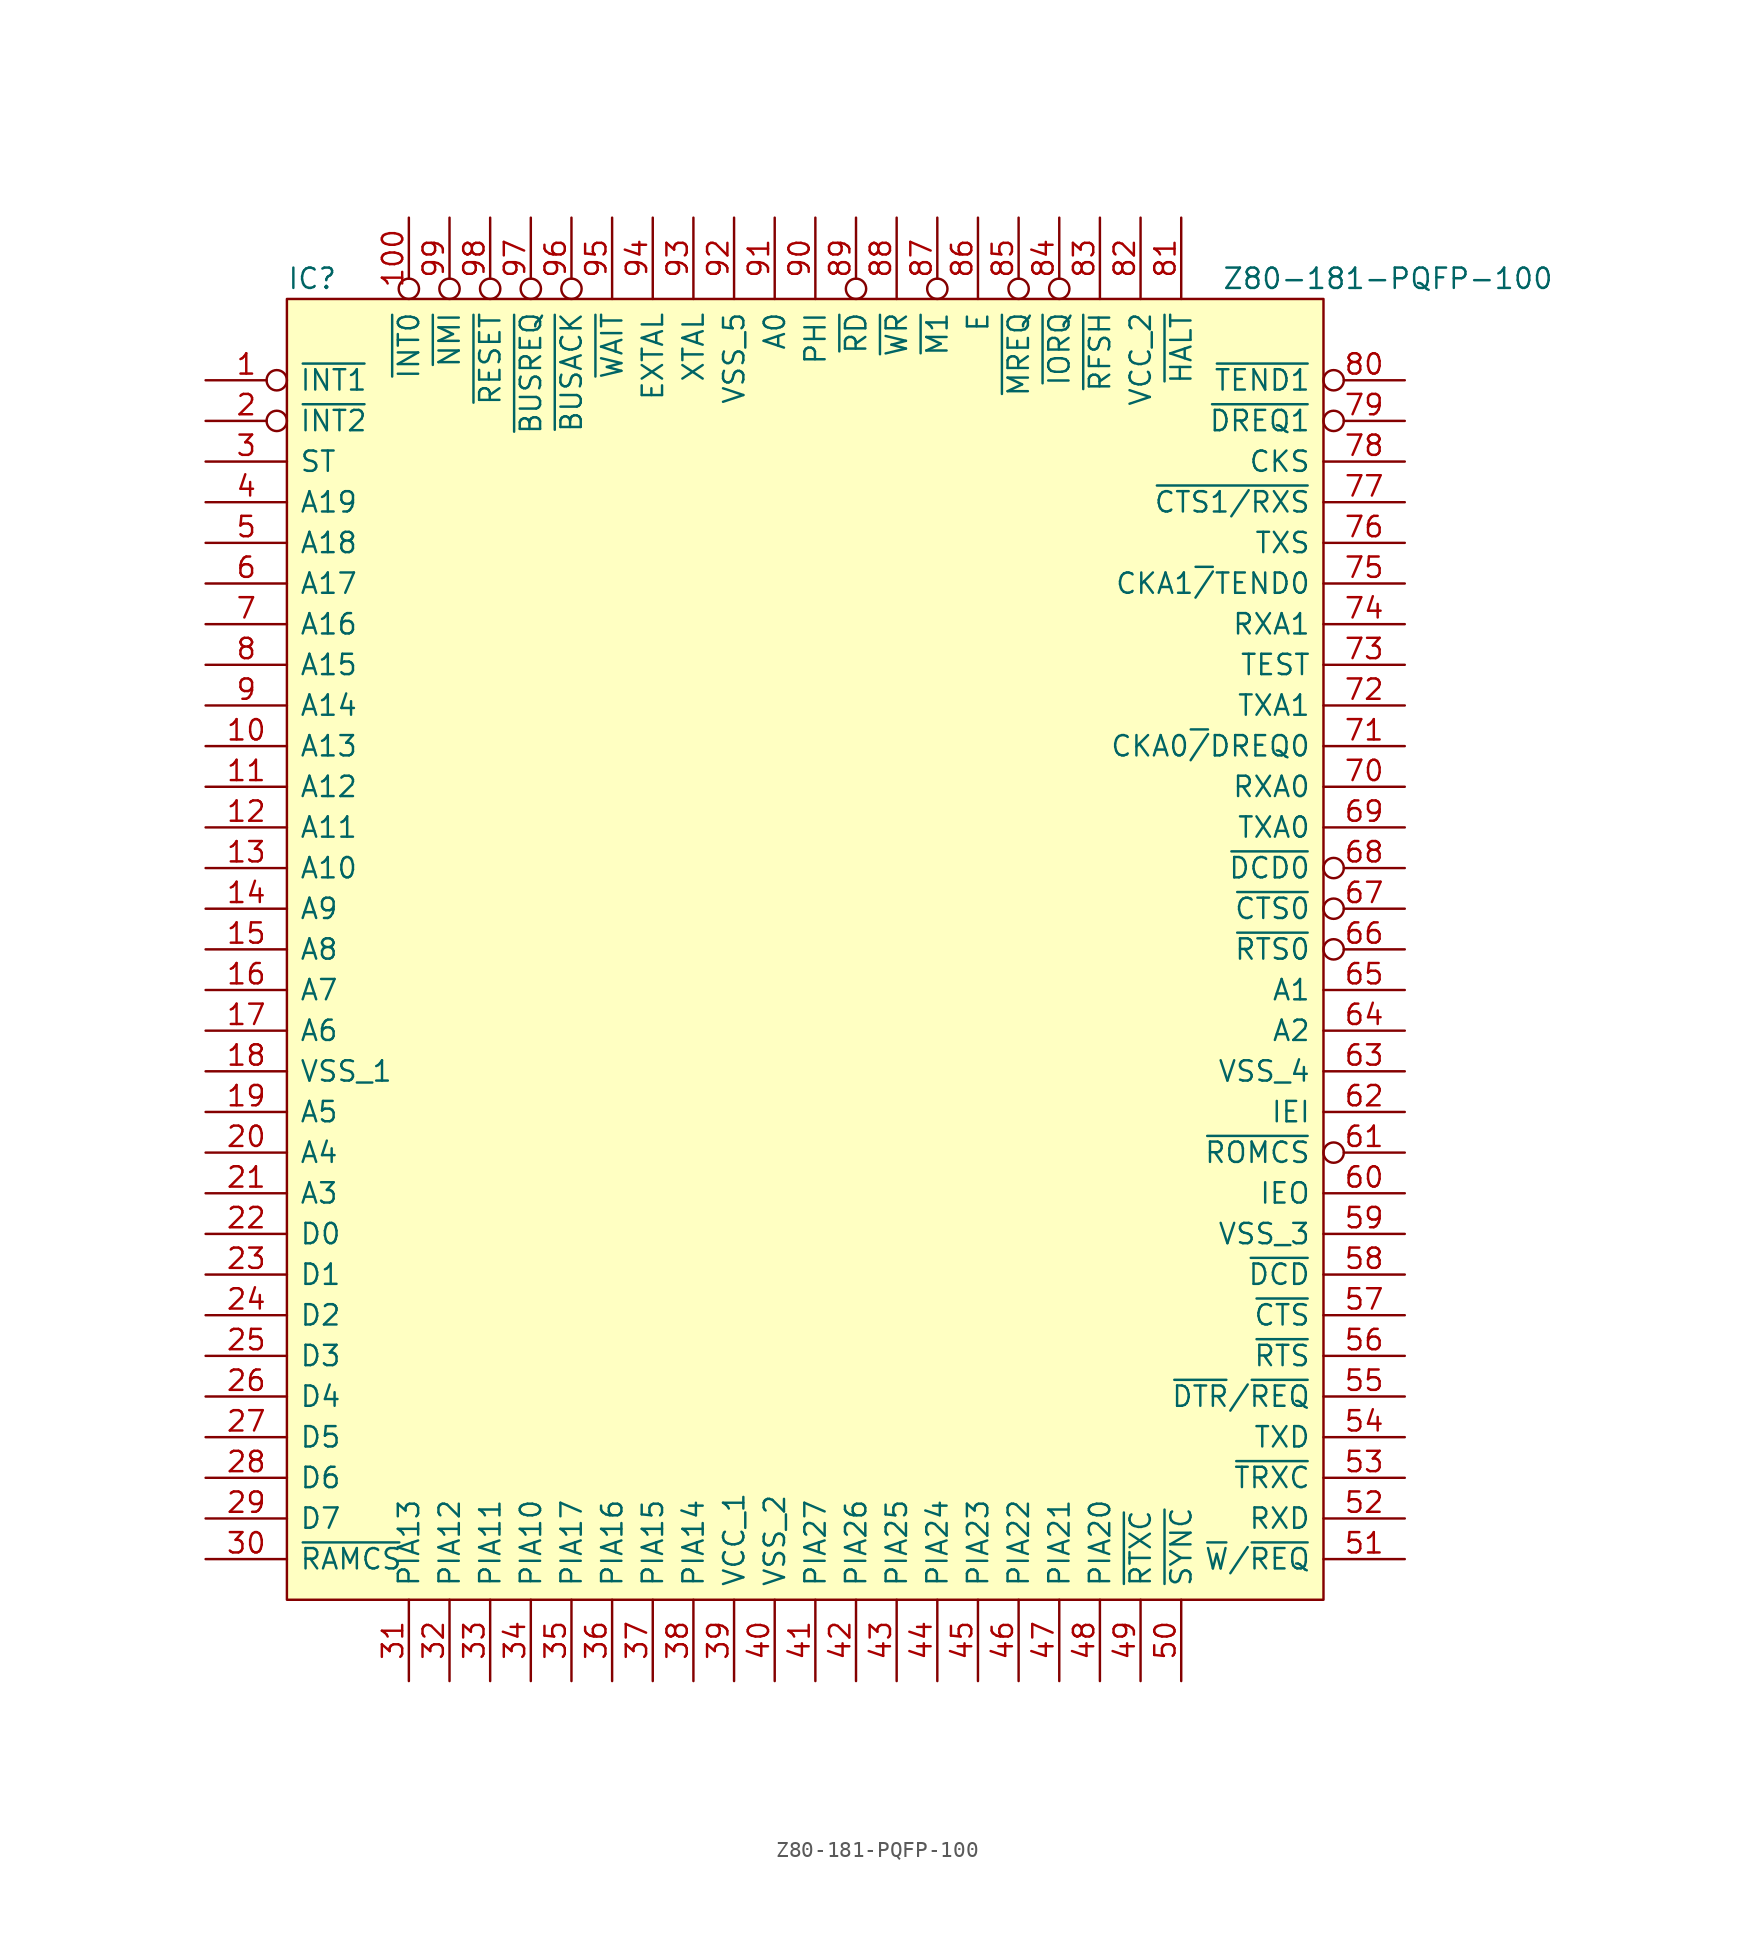
<source format=kicad_sym>
(kicad_symbol_lib
  (version 20211014)
  (generator kicad_symbol_editor)
  (symbol "Z80-181-PQFP-100"
    (pin_names
      (offset 0.762))
    (property "Reference" "IC"
      (at 0 1.27 0)
      (effects (font (size 1.27 1.27)) (justify left)))
    (property "Value" "Z80-181-PQFP-100"
      (at 58.42 1.27 0)
      (effects (font (size 1.27 1.27)) (justify left)))
    (symbol "Z80-181-PQFP-100_0_0"
      (pin input inverted (at -5.08 -5.08 0) (length 5.08) (name "~{INT1}" (effects (font (size 1.27 1.27)))) (number "1" (effects (font (size 1.27 1.27)))))
      (pin tri_state line (at -5.08 -27.94 0) (length 5.08) (name "A13" (effects (font (size 1.27 1.27)))) (number "10" (effects (font (size 1.27 1.27)))))
      (pin bidirectional inverted (at 7.62 5.08 270) (length 5.08) (name "~{INT0}" (effects (font (size 1.27 1.27)))) (number "100" (effects (font (size 1.27 1.27)))))
      (pin tri_state line (at -5.08 -30.48 0) (length 5.08) (name "A12" (effects (font (size 1.27 1.27)))) (number "11" (effects (font (size 1.27 1.27)))))
      (pin tri_state line (at -5.08 -33.02 0) (length 5.08) (name "A11" (effects (font (size 1.27 1.27)))) (number "12" (effects (font (size 1.27 1.27)))))
      (pin tri_state line (at -5.08 -35.56 0) (length 5.08) (name "A10" (effects (font (size 1.27 1.27)))) (number "13" (effects (font (size 1.27 1.27)))))
      (pin tri_state line (at -5.08 -38.1 0) (length 5.08) (name "A9" (effects (font (size 1.27 1.27)))) (number "14" (effects (font (size 1.27 1.27)))))
      (pin tri_state line (at -5.08 -40.64 0) (length 5.08) (name "A8" (effects (font (size 1.27 1.27)))) (number "15" (effects (font (size 1.27 1.27)))))
      (pin tri_state line (at -5.08 -43.18 0) (length 5.08) (name "A7" (effects (font (size 1.27 1.27)))) (number "16" (effects (font (size 1.27 1.27)))))
      (pin tri_state line (at -5.08 -45.72 0) (length 5.08) (name "A6" (effects (font (size 1.27 1.27)))) (number "17" (effects (font (size 1.27 1.27)))))
      (pin bidirectional line (at -5.08 -48.26 0) (length 5.08) (name "VSS_1" (effects (font (size 1.27 1.27)))) (number "18" (effects (font (size 1.27 1.27)))))
      (pin tri_state line (at -5.08 -50.8 0) (length 5.08) (name "A5" (effects (font (size 1.27 1.27)))) (number "19" (effects (font (size 1.27 1.27)))))
      (pin input inverted (at -5.08 -7.62 0) (length 5.08) (name "~{INT2}" (effects (font (size 1.27 1.27)))) (number "2" (effects (font (size 1.27 1.27)))))
      (pin tri_state line (at -5.08 -53.34 0) (length 5.08) (name "A4" (effects (font (size 1.27 1.27)))) (number "20" (effects (font (size 1.27 1.27)))))
      (pin tri_state line (at -5.08 -55.88 0) (length 5.08) (name "A3" (effects (font (size 1.27 1.27)))) (number "21" (effects (font (size 1.27 1.27)))))
      (pin tri_state line (at -5.08 -58.42 0) (length 5.08) (name "D0" (effects (font (size 1.27 1.27)))) (number "22" (effects (font (size 1.27 1.27)))))
      (pin tri_state line (at -5.08 -60.96 0) (length 5.08) (name "D1" (effects (font (size 1.27 1.27)))) (number "23" (effects (font (size 1.27 1.27)))))
      (pin tri_state line (at -5.08 -63.5 0) (length 5.08) (name "D2" (effects (font (size 1.27 1.27)))) (number "24" (effects (font (size 1.27 1.27)))))
      (pin tri_state line (at -5.08 -66.04 0) (length 5.08) (name "D3" (effects (font (size 1.27 1.27)))) (number "25" (effects (font (size 1.27 1.27)))))
      (pin tri_state line (at -5.08 -68.58 0) (length 5.08) (name "D4" (effects (font (size 1.27 1.27)))) (number "26" (effects (font (size 1.27 1.27)))))
      (pin tri_state line (at -5.08 -71.12 0) (length 5.08) (name "D5" (effects (font (size 1.27 1.27)))) (number "27" (effects (font (size 1.27 1.27)))))
      (pin tri_state line (at -5.08 -73.66 0) (length 5.08) (name "D6" (effects (font (size 1.27 1.27)))) (number "28" (effects (font (size 1.27 1.27)))))
      (pin tri_state line (at -5.08 -76.2 0) (length 5.08) (name "D7" (effects (font (size 1.27 1.27)))) (number "29" (effects (font (size 1.27 1.27)))))
      (pin bidirectional line (at -5.08 -10.16 0) (length 5.08) (name "ST" (effects (font (size 1.27 1.27)))) (number "3" (effects (font (size 1.27 1.27)))))
      (pin bidirectional line (at -5.08 -78.74 0) (length 5.08) (name "~{RAMCS}" (effects (font (size 1.27 1.27)))) (number "30" (effects (font (size 1.27 1.27)))))
      (pin bidirectional line (at 7.62 -86.36 90) (length 5.08) (name "PIA13" (effects (font (size 1.27 1.27)))) (number "31" (effects (font (size 1.27 1.27)))))
      (pin bidirectional line (at 10.16 -86.36 90) (length 5.08) (name "PIA12" (effects (font (size 1.27 1.27)))) (number "32" (effects (font (size 1.27 1.27)))))
      (pin bidirectional line (at 12.7 -86.36 90) (length 5.08) (name "PIA11" (effects (font (size 1.27 1.27)))) (number "33" (effects (font (size 1.27 1.27)))))
      (pin bidirectional line (at 15.24 -86.36 90) (length 5.08) (name "PIA10" (effects (font (size 1.27 1.27)))) (number "34" (effects (font (size 1.27 1.27)))))
      (pin bidirectional line (at 17.78 -86.36 90) (length 5.08) (name "PIA17" (effects (font (size 1.27 1.27)))) (number "35" (effects (font (size 1.27 1.27)))))
      (pin bidirectional line (at 20.32 -86.36 90) (length 5.08) (name "PIA16" (effects (font (size 1.27 1.27)))) (number "36" (effects (font (size 1.27 1.27)))))
      (pin bidirectional line (at 22.86 -86.36 90) (length 5.08) (name "PIA15" (effects (font (size 1.27 1.27)))) (number "37" (effects (font (size 1.27 1.27)))))
      (pin bidirectional line (at 25.4 -86.36 90) (length 5.08) (name "PIA14" (effects (font (size 1.27 1.27)))) (number "38" (effects (font (size 1.27 1.27)))))
      (pin bidirectional line (at 27.94 -86.36 90) (length 5.08) (name "VCC_1" (effects (font (size 1.27 1.27)))) (number "39" (effects (font (size 1.27 1.27)))))
      (pin tri_state line (at -5.08 -12.7 0) (length 5.08) (name "A19" (effects (font (size 1.27 1.27)))) (number "4" (effects (font (size 1.27 1.27)))))
      (pin bidirectional line (at 30.48 -86.36 90) (length 5.08) (name "VSS_2" (effects (font (size 1.27 1.27)))) (number "40" (effects (font (size 1.27 1.27)))))
      (pin bidirectional line (at 33.02 -86.36 90) (length 5.08) (name "PIA27" (effects (font (size 1.27 1.27)))) (number "41" (effects (font (size 1.27 1.27)))))
      (pin bidirectional line (at 35.56 -86.36 90) (length 5.08) (name "PIA26" (effects (font (size 1.27 1.27)))) (number "42" (effects (font (size 1.27 1.27)))))
      (pin bidirectional line (at 38.1 -86.36 90) (length 5.08) (name "PIA25" (effects (font (size 1.27 1.27)))) (number "43" (effects (font (size 1.27 1.27)))))
      (pin bidirectional line (at 40.64 -86.36 90) (length 5.08) (name "PIA24" (effects (font (size 1.27 1.27)))) (number "44" (effects (font (size 1.27 1.27)))))
      (pin bidirectional line (at 43.18 -86.36 90) (length 5.08) (name "PIA23" (effects (font (size 1.27 1.27)))) (number "45" (effects (font (size 1.27 1.27)))))
      (pin bidirectional line (at 45.72 -86.36 90) (length 5.08) (name "PIA22" (effects (font (size 1.27 1.27)))) (number "46" (effects (font (size 1.27 1.27)))))
      (pin bidirectional line (at 48.26 -86.36 90) (length 5.08) (name "PIA21" (effects (font (size 1.27 1.27)))) (number "47" (effects (font (size 1.27 1.27)))))
      (pin bidirectional line (at 50.8 -86.36 90) (length 5.08) (name "PIA20" (effects (font (size 1.27 1.27)))) (number "48" (effects (font (size 1.27 1.27)))))
      (pin bidirectional line (at 53.34 -86.36 90) (length 5.08) (name "~{RTXC}" (effects (font (size 1.27 1.27)))) (number "49" (effects (font (size 1.27 1.27)))))
      (pin tri_state line (at -5.08 -15.24 0) (length 5.08) (name "A18" (effects (font (size 1.27 1.27)))) (number "5" (effects (font (size 1.27 1.27)))))
      (pin bidirectional line (at 55.88 -86.36 90) (length 5.08) (name "~{SYNC}" (effects (font (size 1.27 1.27)))) (number "50" (effects (font (size 1.27 1.27)))))
      (pin bidirectional line (at 69.85 -78.74 180) (length 5.08) (name "~{W}/~{REQ}" (effects (font (size 1.27 1.27)))) (number "51" (effects (font (size 1.27 1.27)))))
      (pin bidirectional line (at 69.85 -76.2 180) (length 5.08) (name "RXD" (effects (font (size 1.27 1.27)))) (number "52" (effects (font (size 1.27 1.27)))))
      (pin bidirectional line (at 69.85 -73.66 180) (length 5.08) (name "~{TRXC}" (effects (font (size 1.27 1.27)))) (number "53" (effects (font (size 1.27 1.27)))))
      (pin bidirectional line (at 69.85 -71.12 180) (length 5.08) (name "TXD" (effects (font (size 1.27 1.27)))) (number "54" (effects (font (size 1.27 1.27)))))
      (pin bidirectional line (at 69.85 -68.58 180) (length 5.08) (name "~{DTR}/~{REQ}" (effects (font (size 1.27 1.27)))) (number "55" (effects (font (size 1.27 1.27)))))
      (pin bidirectional line (at 69.85 -66.04 180) (length 5.08) (name "~{RTS}" (effects (font (size 1.27 1.27)))) (number "56" (effects (font (size 1.27 1.27)))))
      (pin bidirectional line (at 69.85 -63.5 180) (length 5.08) (name "~{CTS}" (effects (font (size 1.27 1.27)))) (number "57" (effects (font (size 1.27 1.27)))))
      (pin bidirectional line (at 69.85 -60.96 180) (length 5.08) (name "~{DCD}" (effects (font (size 1.27 1.27)))) (number "58" (effects (font (size 1.27 1.27)))))
      (pin bidirectional line (at 69.85 -58.42 180) (length 5.08) (name "VSS_3" (effects (font (size 1.27 1.27)))) (number "59" (effects (font (size 1.27 1.27)))))
      (pin tri_state line (at -5.08 -17.78 0) (length 5.08) (name "A17" (effects (font (size 1.27 1.27)))) (number "6" (effects (font (size 1.27 1.27)))))
      (pin output line (at 69.85 -55.88 180) (length 5.08) (name "IEO" (effects (font (size 1.27 1.27)))) (number "60" (effects (font (size 1.27 1.27)))))
      (pin output inverted (at 69.85 -53.34 180) (length 5.08) (name "~{ROMCS}" (effects (font (size 1.27 1.27)))) (number "61" (effects (font (size 1.27 1.27)))))
      (pin input line (at 69.85 -50.8 180) (length 5.08) (name "IEI" (effects (font (size 1.27 1.27)))) (number "62" (effects (font (size 1.27 1.27)))))
      (pin bidirectional line (at 69.85 -48.26 180) (length 5.08) (name "VSS_4" (effects (font (size 1.27 1.27)))) (number "63" (effects (font (size 1.27 1.27)))))
      (pin tri_state line (at 69.85 -45.72 180) (length 5.08) (name "A2" (effects (font (size 1.27 1.27)))) (number "64" (effects (font (size 1.27 1.27)))))
      (pin tri_state line (at 69.85 -43.18 180) (length 5.08) (name "A1" (effects (font (size 1.27 1.27)))) (number "65" (effects (font (size 1.27 1.27)))))
      (pin output inverted (at 69.85 -40.64 180) (length 5.08) (name "~{RTS0}" (effects (font (size 1.27 1.27)))) (number "66" (effects (font (size 1.27 1.27)))))
      (pin input inverted (at 69.85 -38.1 180) (length 5.08) (name "~{CTS0}" (effects (font (size 1.27 1.27)))) (number "67" (effects (font (size 1.27 1.27)))))
      (pin input inverted (at 69.85 -35.56 180) (length 5.08) (name "~{DCD0}" (effects (font (size 1.27 1.27)))) (number "68" (effects (font (size 1.27 1.27)))))
      (pin output line (at 69.85 -33.02 180) (length 5.08) (name "TXA0" (effects (font (size 1.27 1.27)))) (number "69" (effects (font (size 1.27 1.27)))))
      (pin tri_state line (at -5.08 -20.32 0) (length 5.08) (name "A16" (effects (font (size 1.27 1.27)))) (number "7" (effects (font (size 1.27 1.27)))))
      (pin input line (at 69.85 -30.48 180) (length 5.08) (name "RXA0" (effects (font (size 1.27 1.27)))) (number "70" (effects (font (size 1.27 1.27)))))
      (pin bidirectional line (at 69.85 -27.94 180) (length 5.08) (name "CKA0~{/}DREQ0" (effects (font (size 1.27 1.27)))) (number "71" (effects (font (size 1.27 1.27)))))
      (pin output line (at 69.85 -25.4 180) (length 5.08) (name "TXA1" (effects (font (size 1.27 1.27)))) (number "72" (effects (font (size 1.27 1.27)))))
      (pin bidirectional line (at 69.85 -22.86 180) (length 5.08) (name "TEST" (effects (font (size 1.27 1.27)))) (number "73" (effects (font (size 1.27 1.27)))))
      (pin input line (at 69.85 -20.32 180) (length 5.08) (name "RXA1" (effects (font (size 1.27 1.27)))) (number "74" (effects (font (size 1.27 1.27)))))
      (pin bidirectional line (at 69.85 -17.78 180) (length 5.08) (name "CKA1~{/}TEND0" (effects (font (size 1.27 1.27)))) (number "75" (effects (font (size 1.27 1.27)))))
      (pin output line (at 69.85 -15.24 180) (length 5.08) (name "TXS" (effects (font (size 1.27 1.27)))) (number "76" (effects (font (size 1.27 1.27)))))
      (pin bidirectional line (at 69.85 -12.7 180) (length 5.08) (name "~{CTS1/RXS}" (effects (font (size 1.27 1.27)))) (number "77" (effects (font (size 1.27 1.27)))))
      (pin bidirectional line (at 69.85 -10.16 180) (length 5.08) (name "CKS" (effects (font (size 1.27 1.27)))) (number "78" (effects (font (size 1.27 1.27)))))
      (pin input inverted (at 69.85 -7.62 180) (length 5.08) (name "~{DREQ1}" (effects (font (size 1.27 1.27)))) (number "79" (effects (font (size 1.27 1.27)))))
      (pin tri_state line (at -5.08 -22.86 0) (length 5.08) (name "A15" (effects (font (size 1.27 1.27)))) (number "8" (effects (font (size 1.27 1.27)))))
      (pin output inverted (at 69.85 -5.08 180) (length 5.08) (name "~{TEND1}" (effects (font (size 1.27 1.27)))) (number "80" (effects (font (size 1.27 1.27)))))
      (pin bidirectional line (at 55.88 5.08 270) (length 5.08) (name "~{HALT}" (effects (font (size 1.27 1.27)))) (number "81" (effects (font (size 1.27 1.27)))))
      (pin bidirectional line (at 53.34 5.08 270) (length 5.08) (name "VCC_2" (effects (font (size 1.27 1.27)))) (number "82" (effects (font (size 1.27 1.27)))))
      (pin tri_state line (at 50.8 5.08 270) (length 5.08) (name "~{RFSH}" (effects (font (size 1.27 1.27)))) (number "83" (effects (font (size 1.27 1.27)))))
      (pin tri_state inverted (at 48.26 5.08 270) (length 5.08) (name "~{IORQ}" (effects (font (size 1.27 1.27)))) (number "84" (effects (font (size 1.27 1.27)))))
      (pin tri_state inverted (at 45.72 5.08 270) (length 5.08) (name "~{MREQ}" (effects (font (size 1.27 1.27)))) (number "85" (effects (font (size 1.27 1.27)))))
      (pin output line (at 43.18 5.08 270) (length 5.08) (name "E" (effects (font (size 1.27 1.27)))) (number "86" (effects (font (size 1.27 1.27)))))
      (pin tri_state inverted (at 40.64 5.08 270) (length 5.08) (name "~{M1}" (effects (font (size 1.27 1.27)))) (number "87" (effects (font (size 1.27 1.27)))))
      (pin bidirectional line (at 38.1 5.08 270) (length 5.08) (name "~{WR}" (effects (font (size 1.27 1.27)))) (number "88" (effects (font (size 1.27 1.27)))))
      (pin tri_state inverted (at 35.56 5.08 270) (length 5.08) (name "~{RD}" (effects (font (size 1.27 1.27)))) (number "89" (effects (font (size 1.27 1.27)))))
      (pin tri_state line (at -5.08 -25.4 0) (length 5.08) (name "A14" (effects (font (size 1.27 1.27)))) (number "9" (effects (font (size 1.27 1.27)))))
      (pin input line (at 33.02 5.08 270) (length 5.08) (name "PHI" (effects (font (size 1.27 1.27)))) (number "90" (effects (font (size 1.27 1.27)))))
      (pin tri_state line (at 30.48 5.08 270) (length 5.08) (name "A0" (effects (font (size 1.27 1.27)))) (number "91" (effects (font (size 1.27 1.27)))))
      (pin bidirectional line (at 27.94 5.08 270) (length 5.08) (name "VSS_5" (effects (font (size 1.27 1.27)))) (number "92" (effects (font (size 1.27 1.27)))))
      (pin input line (at 25.4 5.08 270) (length 5.08) (name "XTAL" (effects (font (size 1.27 1.27)))) (number "93" (effects (font (size 1.27 1.27)))))
      (pin input line (at 22.86 5.08 270) (length 5.08) (name "EXTAL" (effects (font (size 1.27 1.27)))) (number "94" (effects (font (size 1.27 1.27)))))
      (pin bidirectional line (at 20.32 5.08 270) (length 5.08) (name "~{WAIT}" (effects (font (size 1.27 1.27)))) (number "95" (effects (font (size 1.27 1.27)))))
      (pin tri_state inverted (at 17.78 5.08 270) (length 5.08) (name "~{BUSACK}" (effects (font (size 1.27 1.27)))) (number "96" (effects (font (size 1.27 1.27)))))
      (pin input inverted (at 15.24 5.08 270) (length 5.08) (name "~{BUSREQ}" (effects (font (size 1.27 1.27)))) (number "97" (effects (font (size 1.27 1.27)))))
      (pin tri_state inverted (at 12.7 5.08 270) (length 5.08) (name "~{RESET}" (effects (font (size 1.27 1.27)))) (number "98" (effects (font (size 1.27 1.27)))))
      (pin input inverted (at 10.16 5.08 270) (length 5.08) (name "~{NMI}" (effects (font (size 1.27 1.27)))) (number "99" (effects (font (size 1.27 1.27))))))
    (symbol "Z80-181-PQFP-100_0_1"
      (rectangle (start 0 0) (end 64.77 -81.28) (stroke (width 0) (type solid)) (fill (type background))))))
</source>
